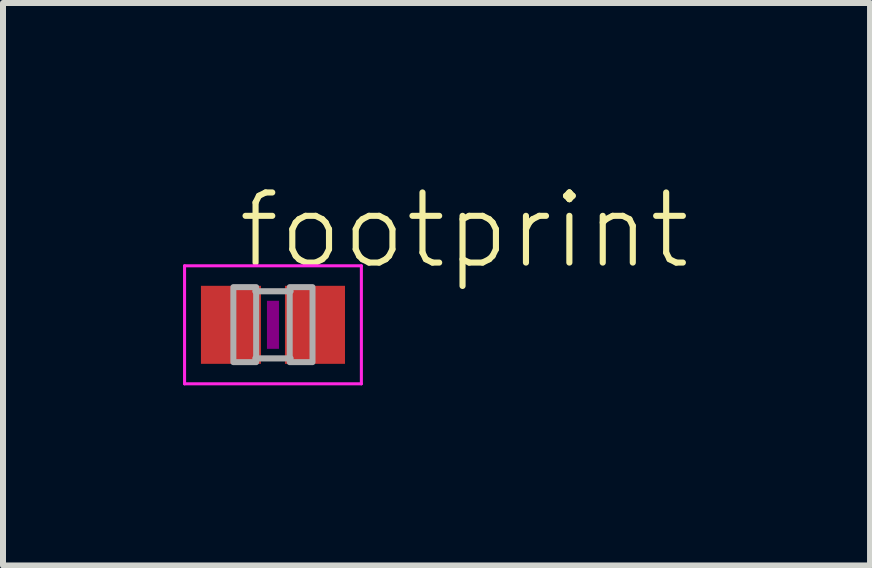
<source format=kicad_pcb>
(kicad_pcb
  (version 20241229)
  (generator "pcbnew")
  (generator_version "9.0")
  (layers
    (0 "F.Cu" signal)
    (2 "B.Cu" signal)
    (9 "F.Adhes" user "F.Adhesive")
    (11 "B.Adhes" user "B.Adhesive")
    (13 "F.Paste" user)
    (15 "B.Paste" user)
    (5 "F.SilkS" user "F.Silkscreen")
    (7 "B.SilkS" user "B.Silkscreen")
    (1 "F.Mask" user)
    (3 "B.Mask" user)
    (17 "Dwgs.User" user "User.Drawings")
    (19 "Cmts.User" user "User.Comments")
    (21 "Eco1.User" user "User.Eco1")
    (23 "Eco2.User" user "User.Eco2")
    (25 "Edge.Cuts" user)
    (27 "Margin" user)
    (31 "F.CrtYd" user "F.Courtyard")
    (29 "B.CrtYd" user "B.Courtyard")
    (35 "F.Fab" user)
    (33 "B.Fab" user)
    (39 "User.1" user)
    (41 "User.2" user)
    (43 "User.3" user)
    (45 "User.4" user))
  (footprint "footprint"
    (layer "F.Cu")
    (at 1.498 2.362)
    (property "Reference" "footprint" (at -0.635 -0.889 0) (layer "F.SilkS") (effects (font (size 1.168 1.168) (thickness 0.102)) (justify left bottom)))
    (fp_poly (pts (xy -0.1 0.4) (xy 0.1 0.4) (xy 0.1 -0.4) (xy -0.1 -0.4)) (stroke (width 0) (type solid)) (fill yes) (layer "F.Adhes"))
    (fp_line (start -1.473 -0.983) (end 1.473 -0.983) (stroke (width 0.051) (type solid)) (layer "F.CrtYd"))
    (fp_line (start -1.473 0.983) (end -1.473 -0.983) (stroke (width 0.051) (type solid)) (layer "F.CrtYd"))
    (fp_line (start 1.473 -0.983) (end 1.473 0.983) (stroke (width 0.051) (type solid)) (layer "F.CrtYd"))
    (fp_line (start 1.473 0.983) (end -1.473 0.983) (stroke (width 0.051) (type solid)) (layer "F.CrtYd"))
    (fp_line (start -0.294 -0.559) (end 0.294 -0.559) (stroke (width 0.102) (type solid)) (layer "F.Fab"))
    (fp_line (start -0.294 0.559) (end 0.294 0.559) (stroke (width 0.102) (type solid)) (layer "F.Fab"))
    (fp_poly (pts (xy -0.66 0.622) (xy -0.28 0.622) (xy -0.28 -0.628) (xy -0.66 -0.628)) (stroke (width 0.1) (type solid)) (fill no) (layer "F.Fab"))
    (fp_poly (pts (xy 0.279 0.622) (xy 0.659 0.622) (xy 0.659 -0.628) (xy 0.279 -0.628)) (stroke (width 0.1) (type solid)) (fill no) (layer "F.Fab"))
    (pad "1" smd rect (at -0.7 0) (size 1 1.3) (layers "F.Cu" "F.Mask" "F.Paste"))
    (pad "2" smd rect (at 0.7 0) (size 1 1.3) (layers "F.Cu" "F.Mask" "F.Paste")))
  (gr_rect
    (start -3 -3)
    (end 11.446 6.371)
    (stroke (width 0.1) (type default))
    (fill no)
    (layer "Edge.Cuts")))
</source>
